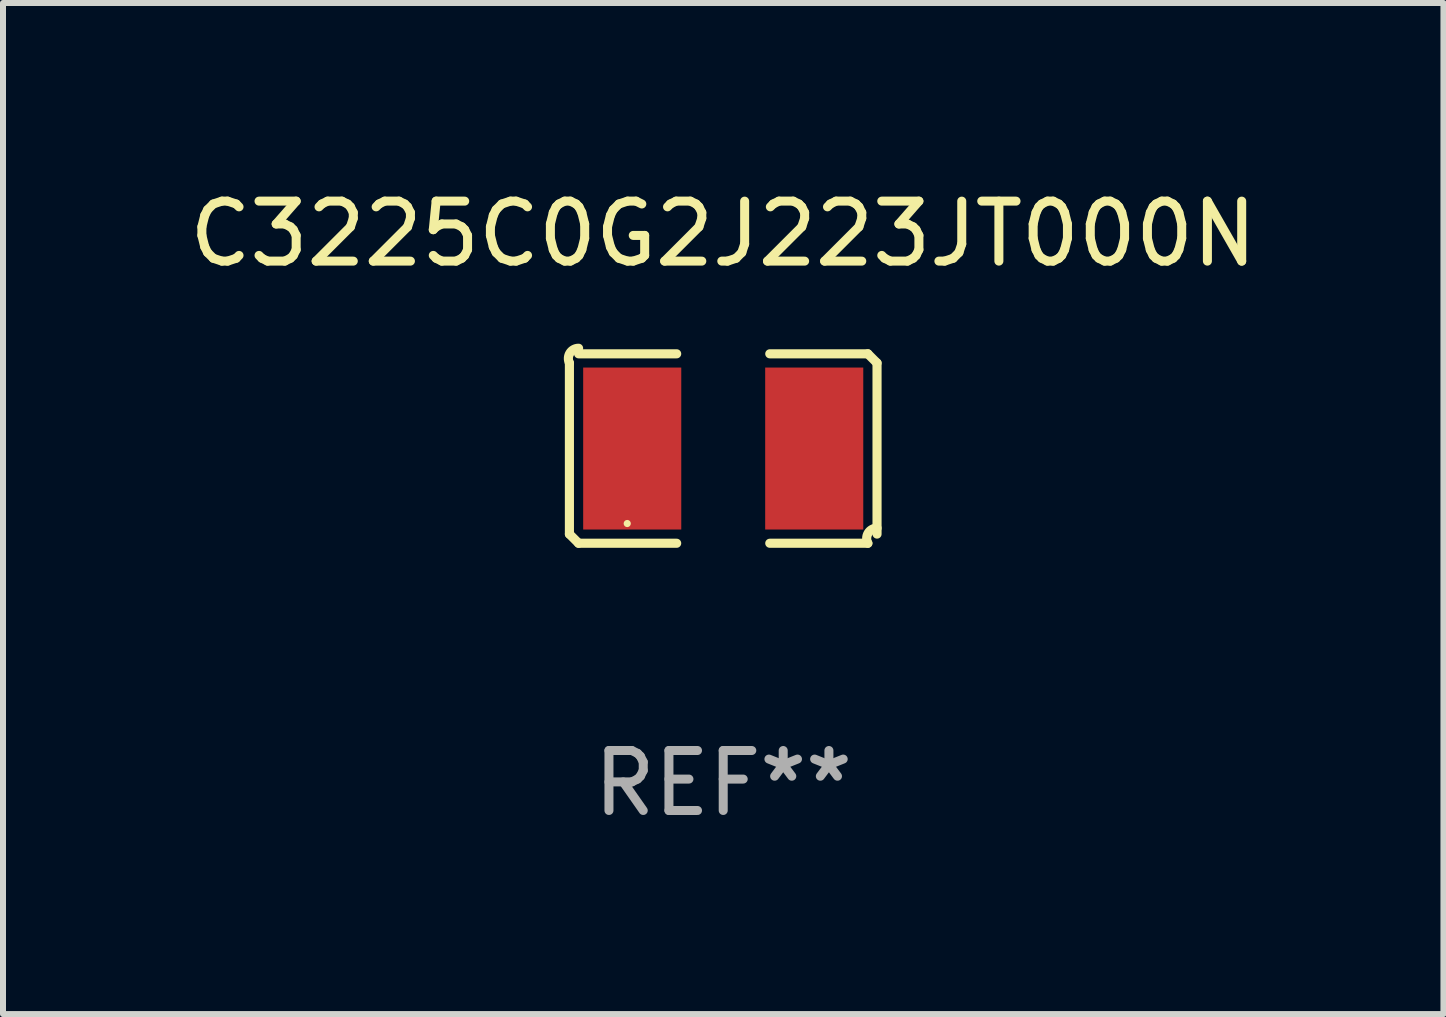
<source format=kicad_pcb>
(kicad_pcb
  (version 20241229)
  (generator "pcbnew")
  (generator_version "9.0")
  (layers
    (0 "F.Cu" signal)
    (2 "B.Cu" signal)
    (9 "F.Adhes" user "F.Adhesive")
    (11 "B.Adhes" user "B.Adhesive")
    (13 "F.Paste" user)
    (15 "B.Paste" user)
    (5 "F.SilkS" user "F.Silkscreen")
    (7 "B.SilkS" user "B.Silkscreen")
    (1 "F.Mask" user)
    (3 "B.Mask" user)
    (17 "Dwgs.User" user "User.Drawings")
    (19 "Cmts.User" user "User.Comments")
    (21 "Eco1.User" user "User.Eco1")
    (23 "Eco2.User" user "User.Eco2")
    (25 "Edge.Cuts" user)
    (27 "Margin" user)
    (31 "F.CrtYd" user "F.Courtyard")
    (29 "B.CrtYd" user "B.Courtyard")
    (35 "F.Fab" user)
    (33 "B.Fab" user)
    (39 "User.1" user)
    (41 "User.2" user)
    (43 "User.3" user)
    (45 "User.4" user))
  (footprint "C3225C0G2J223JT000N"
    (layer "F.Cu")
    (at 9.006 4.427)
    (property "Reference" "C3225C0G2J223JT000N" (at 0 -3.579 0) (layer "F.SilkS") (effects (font (size 1 1) (thickness 0.15))))
    (attr through_hole)
    (fp_line (start -2.564 1.426) (end -2.564 -1.426) (stroke (width 0.152) (type solid)) (layer "F.SilkS"))
    (fp_line (start -2.411 -1.579) (end -0.776 -1.579) (stroke (width 0.152) (type solid)) (layer "F.SilkS"))
    (fp_line (start -0.776 1.579) (end -2.411 1.579) (stroke (width 0.152) (type solid)) (layer "F.SilkS"))
    (fp_line (start 0.776 1.579) (end 2.411 1.579) (stroke (width 0.152) (type solid)) (layer "F.SilkS"))
    (fp_line (start 2.411 -1.579) (end 0.776 -1.579) (stroke (width 0.152) (type solid)) (layer "F.SilkS"))
    (fp_line (start 2.564 1.426) (end 2.564 -1.426) (stroke (width 0.152) (type solid)) (layer "F.SilkS"))
    (fp_arc (start -2.563602 -1.426213) (mid -2.555597 -1.591233) (end -2.411201 -1.671518) (stroke (width 0.1524) (type solid)) (layer "F.SilkS"))
    (fp_arc (start -2.5636 1.426214) (mid -2.487389 1.502402) (end -2.411201 1.578613) (stroke (width 0.1524) (type solid)) (layer "F.SilkS"))
    (fp_arc (start 2.411197 -1.578618) (mid 2.487403 -1.502419) (end 2.563602 -1.426213) (stroke (width 0.1524) (type solid)) (layer "F.SilkS"))
    (fp_arc (start 2.411201 1.578613) (mid 2.416214 1.409455) (end 2.563602 1.32629) (stroke (width 0.1524) (type solid)) (layer "F.SilkS"))
    (fp_circle (center -1.6 1.25) (end -1.57 1.25) (stroke (width 0.06) (type solid)) (fill no) (layer "F.SilkS"))
    (fp_text user "REF**" (at 0 5.579 0) (layer "F.Fab") (effects (font (size 1 1) (thickness 0.15))))
    (pad "1" smd rect (at -1.517 0) (size 1.635 2.7) (layers "F.Cu" "F.Mask" "F.Paste"))
    (pad "2" smd rect (at 1.517 0) (size 1.635 2.7) (layers "F.Cu" "F.Mask" "F.Paste")))
  (gr_rect
    (start -3 -3)
    (end 21.012 13.854)
    (stroke (width 0.1) (type default))
    (fill no)
    (layer "Edge.Cuts")))
</source>
